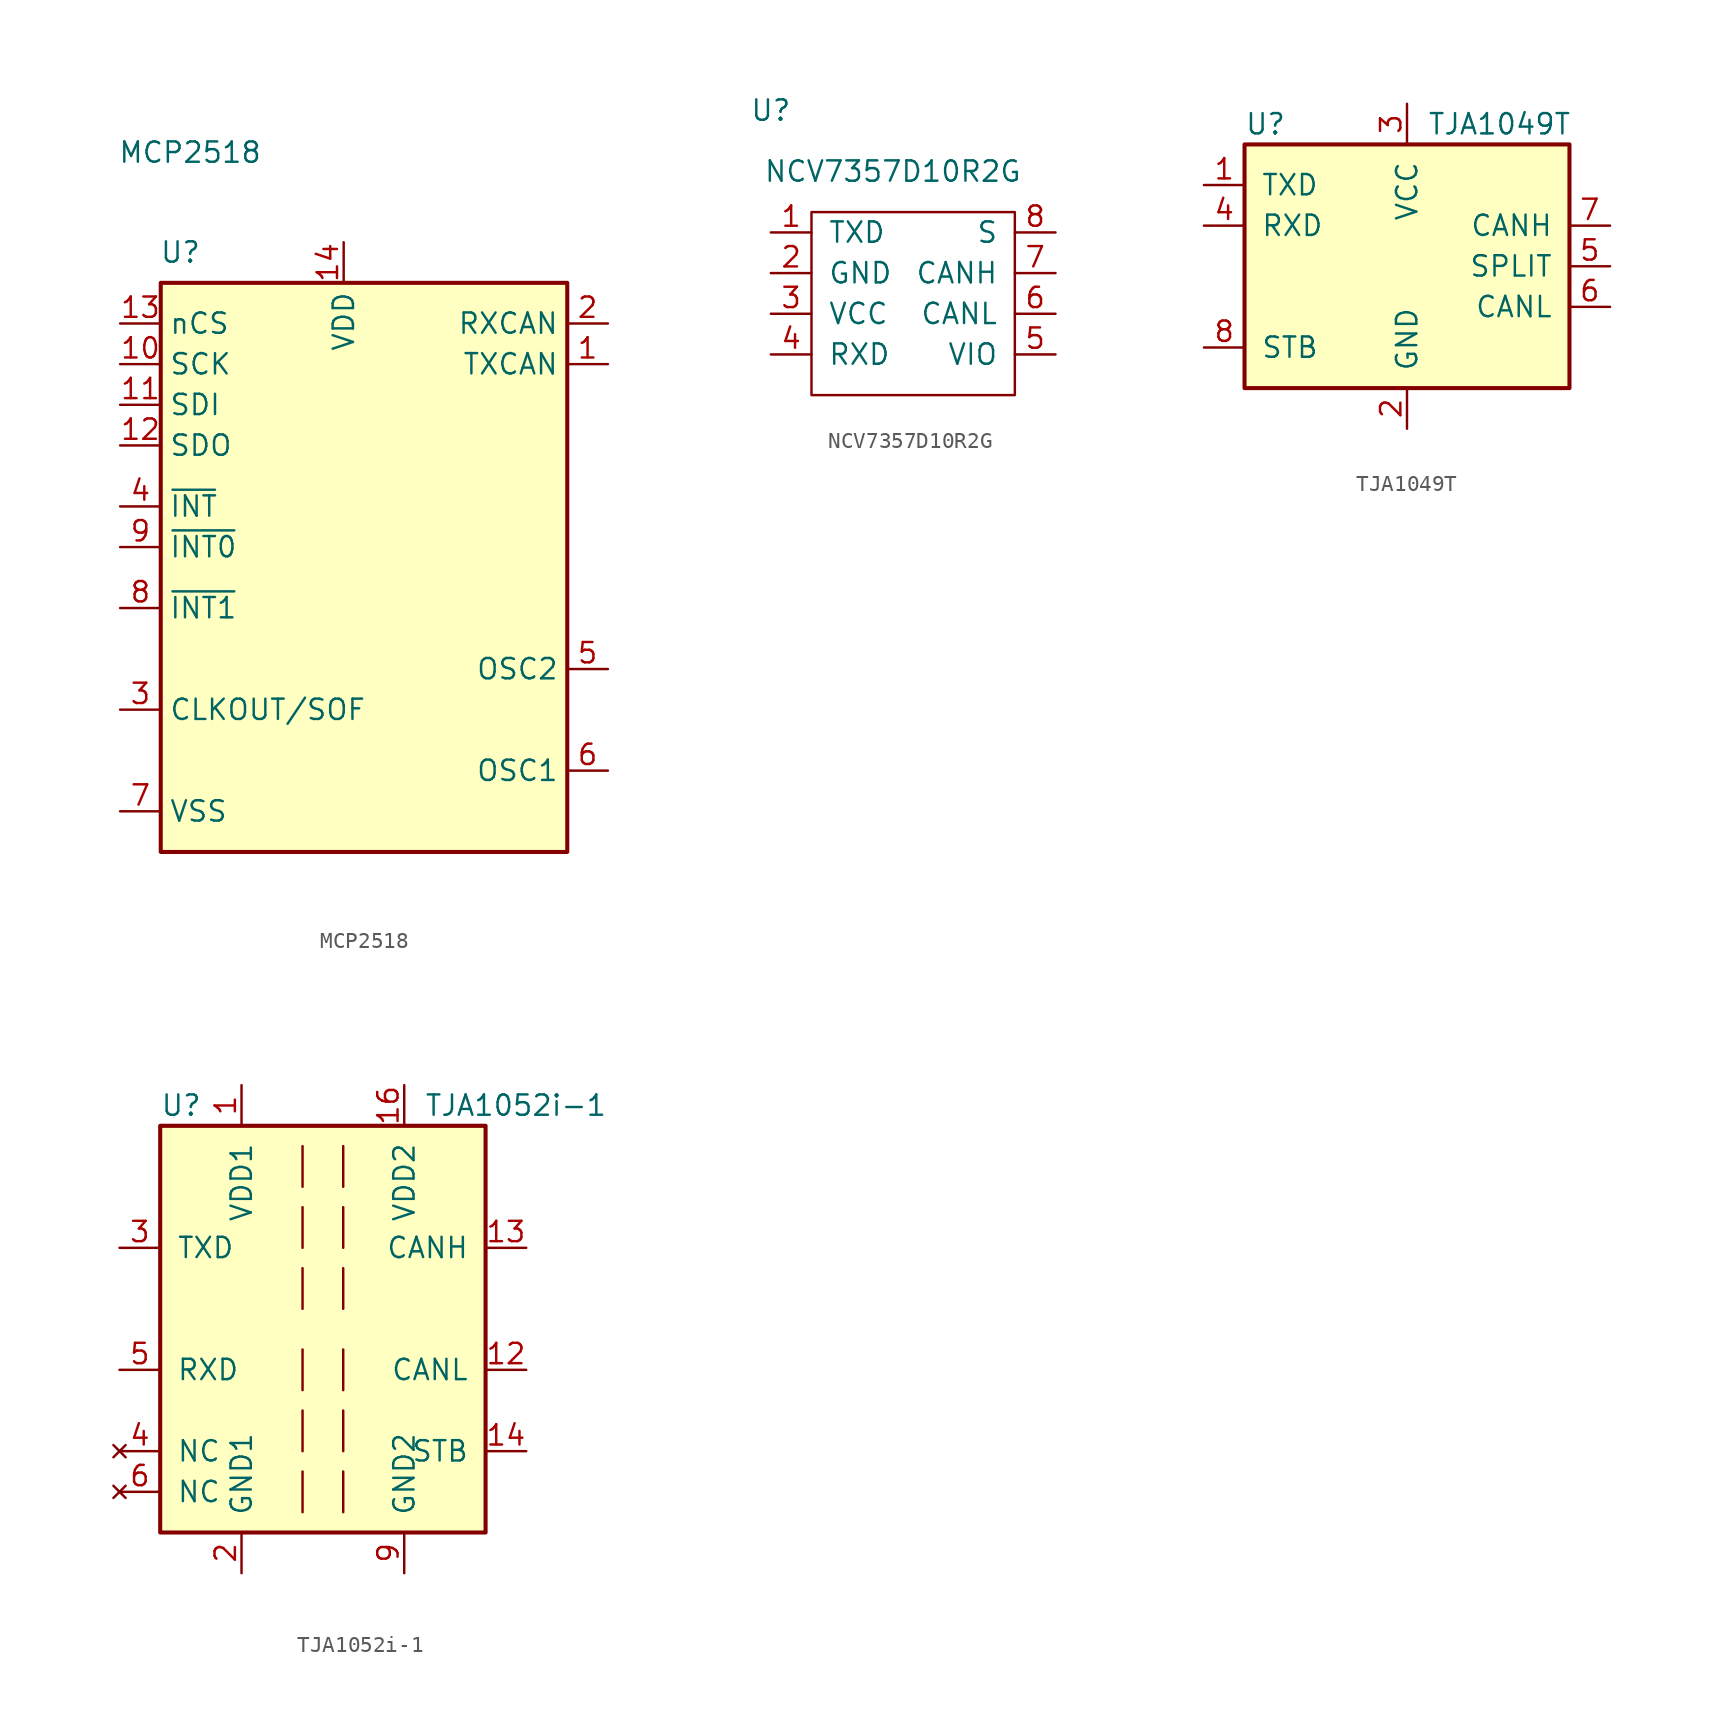
<source format=kicad_sym>
(kicad_symbol_lib
  (version 20211014)
  (generator kicad_symbol_editor)
  (symbol "MCP2518"
    (property "Reference" "U"
      (at -10.16 19.685 0)
      (effects (font (size 1.27 1.27)) (justify right)))
    (property "Value" "MCP2518"
      (at -6.35 26.67 0)
      (effects (font (size 1.27 1.27)) (justify right top)))
    (symbol "MCP2518_0_1"
      (rectangle (start -12.7 17.78) (end 12.7 -17.78) (stroke (width 0.254) (type default) (color 0 0 0 0)) (fill (type background))))
    (symbol "MCP2518_1_1"
      (pin output line (at 15.24 12.7 180) (length 2.54) (name "TXCAN" (effects (font (size 1.27 1.27)))) (number "1" (effects (font (size 1.27 1.27)))))
      (pin output line (at -15.24 12.7 0) (length 2.54) (name "SCK" (effects (font (size 1.27 1.27)))) (number "10" (effects (font (size 1.27 1.27)))))
      (pin output line (at -15.24 10.16 0) (length 2.54) (name "SDI" (effects (font (size 1.27 1.27)))) (number "11" (effects (font (size 1.27 1.27)))))
      (pin input line (at -15.24 7.62 0) (length 2.54) (name "SDO" (effects (font (size 1.27 1.27)))) (number "12" (effects (font (size 1.27 1.27)))))
      (pin input line (at -15.24 15.24 0) (length 2.54) (name "nCS" (effects (font (size 1.27 1.27)))) (number "13" (effects (font (size 1.27 1.27)))))
      (pin output line (at -1.27 20.32 270) (length 2.54) (name "VDD" (effects (font (size 1.27 1.27)))) (number "14" (effects (font (size 1.27 1.27)))))
      (pin input line (at 15.24 15.24 180) (length 2.54) (name "RXCAN" (effects (font (size 1.27 1.27)))) (number "2" (effects (font (size 1.27 1.27)))))
      (pin output line (at -15.24 -8.89 0) (length 2.54) (name "CLKOUT/SOF" (effects (font (size 1.27 1.27)))) (number "3" (effects (font (size 1.27 1.27)))))
      (pin output line (at -15.24 3.81 0) (length 2.54) (name "~{INT}" (effects (font (size 1.27 1.27)))) (number "4" (effects (font (size 1.27 1.27)))))
      (pin input line (at 15.24 -6.35 180) (length 2.54) (name "OSC2" (effects (font (size 1.27 1.27)))) (number "5" (effects (font (size 1.27 1.27)))))
      (pin input line (at 15.24 -12.7 180) (length 2.54) (name "OSC1" (effects (font (size 1.27 1.27)))) (number "6" (effects (font (size 1.27 1.27)))))
      (pin output line (at -15.24 -15.24 0) (length 2.54) (name "VSS" (effects (font (size 1.27 1.27)))) (number "7" (effects (font (size 1.27 1.27)))))
      (pin input line (at -15.24 -2.54 0) (length 2.54) (name "~{INT1}" (effects (font (size 1.27 1.27)))) (number "8" (effects (font (size 1.27 1.27)))))
      (pin power_in line (at -15.24 1.27 0) (length 2.54) (name "~{INT0}" (effects (font (size 1.27 1.27)))) (number "9" (effects (font (size 1.27 1.27)))))))
  (symbol "NCV7357D10R2G"
    (pin_names
      (offset 1.016))
    (property "Reference" "U"
      (at -8.89 11.43 0)
      (effects (font (size 1.27 1.27))))
    (property "Value" "NCV7357D10R2G"
      (at -1.27 7.62 0)
      (effects (font (size 1.27 1.27))))
    (symbol "NCV7357D10R2G_0_1"
      (rectangle (start -6.35 5.08) (end 6.35 -6.35) (stroke (width 0) (type default) (color 0 0 0 0)) (fill (type none))))
    (symbol "NCV7357D10R2G_1_1"
      (pin output line (at -8.89 3.81 0) (length 2.54) (name "TXD" (effects (font (size 1.27 1.27)))) (number "1" (effects (font (size 1.27 1.27)))))
      (pin output line (at -8.89 1.27 0) (length 2.54) (name "GND" (effects (font (size 1.27 1.27)))) (number "2" (effects (font (size 1.27 1.27)))))
      (pin output line (at -8.89 -1.27 0) (length 2.54) (name "VCC" (effects (font (size 1.27 1.27)))) (number "3" (effects (font (size 1.27 1.27)))))
      (pin output line (at -8.89 -3.81 0) (length 2.54) (name "RXD" (effects (font (size 1.27 1.27)))) (number "4" (effects (font (size 1.27 1.27)))))
      (pin output line (at 8.89 -3.81 180) (length 2.54) (name "VIO" (effects (font (size 1.27 1.27)))) (number "5" (effects (font (size 1.27 1.27)))))
      (pin output line (at 8.89 -1.27 180) (length 2.54) (name "CANL" (effects (font (size 1.27 1.27)))) (number "6" (effects (font (size 1.27 1.27)))))
      (pin output line (at 8.89 1.27 180) (length 2.54) (name "CANH" (effects (font (size 1.27 1.27)))) (number "7" (effects (font (size 1.27 1.27)))))
      (pin output line (at 8.89 3.81 180) (length 2.54) (name "S" (effects (font (size 1.27 1.27)))) (number "8" (effects (font (size 1.27 1.27)))))))
  (symbol "TJA1049T"
    (pin_names
      (offset 1.016))
    (property "Reference" "U"
      (at -10.16 8.89 0)
      (effects (font (size 1.27 1.27)) (justify left)))
    (property "Value" "TJA1049T"
      (at 1.27 8.89 0)
      (effects (font (size 1.27 1.27)) (justify left)))
    (symbol "TJA1049T_0_1"
      (rectangle (start -10.16 7.62) (end 10.16 -7.62) (stroke (width 0.254) (type default) (color 0 0 0 0)) (fill (type background))))
    (symbol "TJA1049T_1_1"
      (pin input line (at -12.7 5.08 0) (length 2.54) (name "TXD" (effects (font (size 1.27 1.27)))) (number "1" (effects (font (size 1.27 1.27)))))
      (pin power_in line (at 0 -10.16 90) (length 2.54) (name "GND" (effects (font (size 1.27 1.27)))) (number "2" (effects (font (size 1.27 1.27)))))
      (pin power_in line (at 0 10.16 270) (length 2.54) (name "VCC" (effects (font (size 1.27 1.27)))) (number "3" (effects (font (size 1.27 1.27)))))
      (pin output line (at -12.7 2.54 0) (length 2.54) (name "RXD" (effects (font (size 1.27 1.27)))) (number "4" (effects (font (size 1.27 1.27)))))
      (pin power_out line (at 12.7 0 180) (length 2.54) (name "SPLIT" (effects (font (size 1.27 1.27)))) (number "5" (effects (font (size 1.27 1.27)))))
      (pin bidirectional line (at 12.7 -2.54 180) (length 2.54) (name "CANL" (effects (font (size 1.27 1.27)))) (number "6" (effects (font (size 1.27 1.27)))))
      (pin bidirectional line (at 12.7 2.54 180) (length 2.54) (name "CANH" (effects (font (size 1.27 1.27)))) (number "7" (effects (font (size 1.27 1.27)))))
      (pin input line (at -12.7 -5.08 0) (length 2.54) (name "STB" (effects (font (size 1.27 1.27)))) (number "8" (effects (font (size 1.27 1.27)))))))
  (symbol "TJA1052i-1"
    (pin_names
      (offset 1.016))
    (property "Reference" "U"
      (at -10.16 13.97 0)
      (effects (font (size 1.27 1.27)) (justify left)))
    (property "Value" "TJA1052i-1"
      (at 17.78 13.97 0)
      (effects (font (size 1.27 1.27)) (justify right)))
    (symbol "TJA1052i-1_0_1"
      (rectangle (start -10.16 12.7) (end 10.16 -12.7) (stroke (width 0.254) (type default) (color 0 0 0 0)) (fill (type background)))
      (polyline (pts (xy -1.27 -11.43) (xy -1.27 -8.89)) (stroke (width 0) (type default) (color 0 0 0 0)) (fill (type none)))
      (polyline (pts (xy -1.27 3.81) (xy -1.27 1.27)) (stroke (width 0) (type default) (color 0 0 0 0)) (fill (type none)))
      (polyline (pts (xy -1.27 7.62) (xy -1.27 5.08)) (stroke (width 0) (type default) (color 0 0 0 0)) (fill (type none)))
      (polyline (pts (xy -1.27 11.43) (xy -1.27 8.89)) (stroke (width 0) (type default) (color 0 0 0 0)) (fill (type none)))
      (polyline (pts (xy 1.27 -11.43) (xy 1.27 -8.89)) (stroke (width 0) (type default) (color 0 0 0 0)) (fill (type none)))
      (polyline (pts (xy 1.27 -7.62) (xy 1.27 -5.08)) (stroke (width 0) (type default) (color 0 0 0 0)) (fill (type none)))
      (polyline (pts (xy 1.27 -3.81) (xy 1.27 -1.27)) (stroke (width 0) (type default) (color 0 0 0 0)) (fill (type none)))
      (polyline (pts (xy 1.27 1.27) (xy 1.27 3.81)) (stroke (width 0) (type default) (color 0 0 0 0)) (fill (type none)))
      (polyline (pts (xy 1.27 5.08) (xy 1.27 7.62)) (stroke (width 0) (type default) (color 0 0 0 0)) (fill (type none)))
      (polyline (pts (xy 1.27 8.89) (xy 1.27 11.43)) (stroke (width 0) (type default) (color 0 0 0 0)) (fill (type none)))
      (polyline (pts (xy -1.27 -7.62) (xy -1.27 -6.35) (xy -1.27 -5.08)) (stroke (width 0) (type default) (color 0 0 0 0)) (fill (type none)))
      (polyline (pts (xy -1.27 -3.81) (xy -1.27 -2.54) (xy -1.27 -1.27)) (stroke (width 0) (type default) (color 0 0 0 0)) (fill (type none))))
    (symbol "TJA1052i-1_1_1"
      (pin power_in line (at -5.08 15.24 270) (length 2.54) (name "VDD1" (effects (font (size 1.27 1.27)))) (number "1" (effects (font (size 1.27 1.27)))))
      (pin passive line (at 5.08 -15.24 90) (length 2.54) hide (name "GND2" (effects (font (size 1.27 1.27)))) (number "10" (effects (font (size 1.27 1.27)))))
      (pin passive line (at 5.08 15.24 270) (length 2.54) hide (name "VDD2" (effects (font (size 1.27 1.27)))) (number "11" (effects (font (size 1.27 1.27)))))
      (pin bidirectional line (at 12.7 -2.54 180) (length 2.54) (name "CANL" (effects (font (size 1.27 1.27)))) (number "12" (effects (font (size 1.27 1.27)))))
      (pin bidirectional line (at 12.7 5.08 180) (length 2.54) (name "CANH" (effects (font (size 1.27 1.27)))) (number "13" (effects (font (size 1.27 1.27)))))
      (pin input line (at 12.7 -7.62 180) (length 2.54) (name "STB" (effects (font (size 1.27 1.27)))) (number "14" (effects (font (size 1.27 1.27)))))
      (pin passive line (at 5.08 -15.24 90) (length 2.54) hide (name "GND2" (effects (font (size 1.27 1.27)))) (number "15" (effects (font (size 1.27 1.27)))))
      (pin power_in line (at 5.08 15.24 270) (length 2.54) (name "VDD2" (effects (font (size 1.27 1.27)))) (number "16" (effects (font (size 1.27 1.27)))))
      (pin power_in line (at -5.08 -15.24 90) (length 2.54) (name "GND1" (effects (font (size 1.27 1.27)))) (number "2" (effects (font (size 1.27 1.27)))))
      (pin input line (at -12.7 5.08 0) (length 2.54) (name "TXD" (effects (font (size 1.27 1.27)))) (number "3" (effects (font (size 1.27 1.27)))))
      (pin no_connect line (at -12.7 -7.62 0) (length 2.54) (name "NC" (effects (font (size 1.27 1.27)))) (number "4" (effects (font (size 1.27 1.27)))))
      (pin output line (at -12.7 -2.54 0) (length 2.54) (name "RXD" (effects (font (size 1.27 1.27)))) (number "5" (effects (font (size 1.27 1.27)))))
      (pin no_connect line (at -12.7 -10.16 0) (length 2.54) (name "NC" (effects (font (size 1.27 1.27)))) (number "6" (effects (font (size 1.27 1.27)))))
      (pin passive line (at -5.08 -15.24 90) (length 2.54) hide (name "GND1" (effects (font (size 1.27 1.27)))) (number "7" (effects (font (size 1.27 1.27)))))
      (pin passive line (at -5.08 -15.24 90) (length 2.54) hide (name "GND1" (effects (font (size 1.27 1.27)))) (number "8" (effects (font (size 1.27 1.27)))))
      (pin power_in line (at 5.08 -15.24 90) (length 2.54) (name "GND2" (effects (font (size 1.27 1.27)))) (number "9" (effects (font (size 1.27 1.27))))))))
</source>
